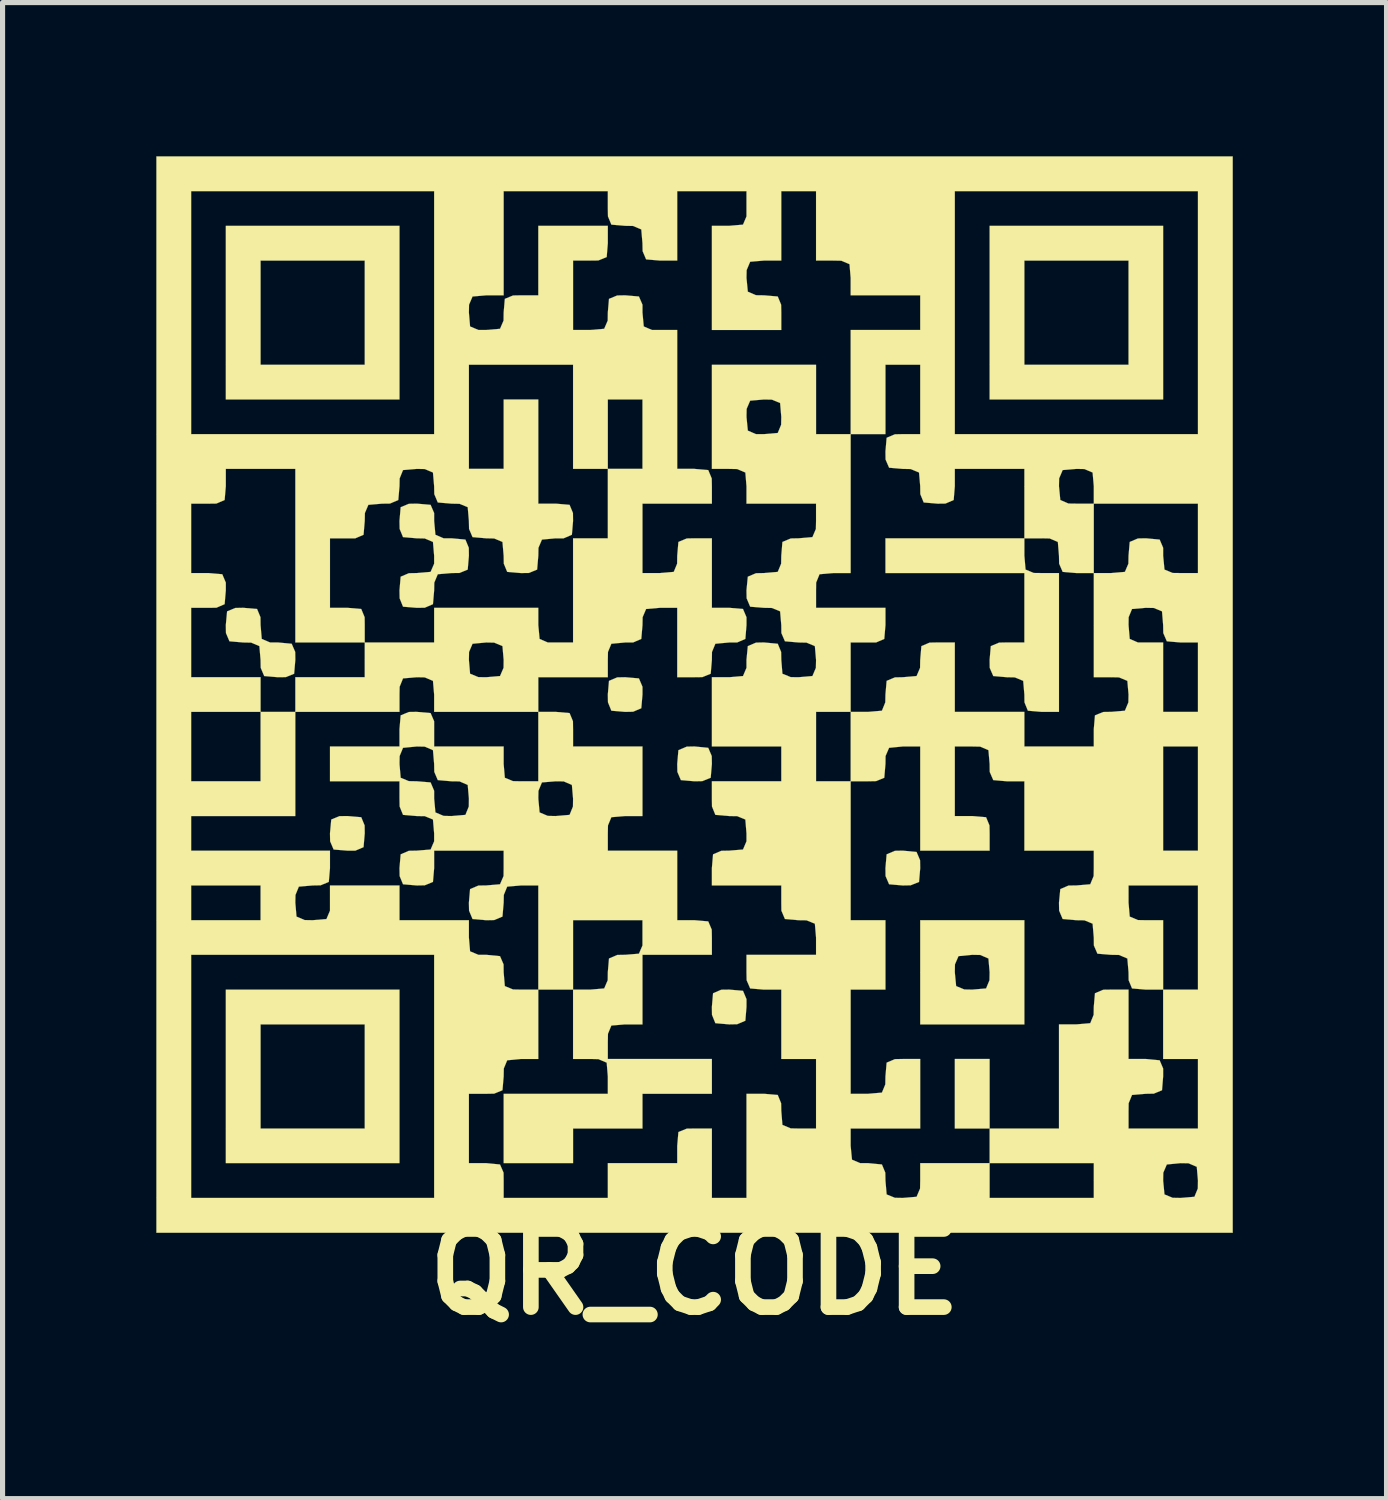
<source format=kicad_pcb>
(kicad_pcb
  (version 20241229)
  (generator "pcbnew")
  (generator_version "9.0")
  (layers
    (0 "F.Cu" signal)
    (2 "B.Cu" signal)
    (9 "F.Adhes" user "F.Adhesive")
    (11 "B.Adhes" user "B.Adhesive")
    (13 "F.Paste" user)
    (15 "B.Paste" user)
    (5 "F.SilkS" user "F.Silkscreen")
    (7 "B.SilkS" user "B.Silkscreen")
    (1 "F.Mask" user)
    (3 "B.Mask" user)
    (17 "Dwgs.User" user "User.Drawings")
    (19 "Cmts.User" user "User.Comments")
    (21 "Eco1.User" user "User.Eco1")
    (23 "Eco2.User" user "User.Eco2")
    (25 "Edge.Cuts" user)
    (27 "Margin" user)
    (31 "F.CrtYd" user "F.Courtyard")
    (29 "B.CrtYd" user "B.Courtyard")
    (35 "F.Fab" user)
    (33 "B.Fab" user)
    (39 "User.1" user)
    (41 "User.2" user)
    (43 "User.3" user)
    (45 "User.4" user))
  (footprint "QR_CODE"
    (layer "F.Cu")
    (at 10.499 10.499)
    (property "Reference" "QR_CODE" (at 0 11.26 0) (layer "F.SilkS") (effects (font (size 1.524 1.524) (thickness 0.305))))
    (attr through_hole)
    (fp_poly (pts (xy 5.756 8.466) (xy 5.756 7.109) (xy 5.077 7.109) (xy 5.077 8.466) (xy 5.756 8.466)) (stroke (width 0.003) (type solid)) (fill yes) (layer "F.SilkS"))
    (fp_poly (pts (xy -5.756 -5.756) (xy -5.756 -9.144) (xy -9.144 -9.144) (xy -9.144 -5.756) (xy -8.466 -5.756) (xy -8.466 -6.434) (xy -8.466 -8.466) (xy -6.434 -8.466) (xy -6.434 -6.434) (xy -8.466 -6.434) (xy -8.466 -5.756) (xy -5.756 -5.756)) (stroke (width 0.003) (type solid)) (fill yes) (layer "F.SilkS"))
    (fp_poly (pts (xy -5.756 9.141) (xy -5.756 5.756) (xy -9.144 5.756) (xy -9.144 9.141) (xy -8.466 9.141) (xy -8.466 8.466) (xy -8.466 6.434) (xy -6.434 6.434) (xy -6.434 8.466) (xy -8.466 8.466) (xy -8.466 9.141) (xy -5.756 9.141)) (stroke (width 0.003) (type solid)) (fill yes) (layer "F.SilkS"))
    (fp_poly (pts (xy 9.141 -5.756) (xy 9.141 -9.144) (xy 5.756 -9.144) (xy 5.756 -5.756) (xy 6.434 -5.756) (xy 6.434 -6.434) (xy 6.434 -8.466) (xy 8.466 -8.466) (xy 8.466 -6.434) (xy 6.434 -6.434) (xy 6.434 -5.756) (xy 9.141 -5.756)) (stroke (width 0.003) (type solid)) (fill yes) (layer "F.SilkS"))
    (fp_poly (pts (xy -6.772 3.045) (xy -6.617 3.045) (xy -6.457 2.977) (xy -6.434 2.708) (xy -6.436 2.553) (xy -6.502 2.393) (xy -6.772 2.37) (xy -6.927 2.372) (xy -7.087 2.438) (xy -7.112 2.708) (xy -7.109 2.863) (xy -7.041 3.023) (xy -6.772 3.045)) (stroke (width 0.003) (type solid)) (fill yes) (layer "F.SilkS"))
    (fp_poly (pts (xy -1.354 0.338) (xy -1.199 0.335) (xy -1.039 0.267) (xy -1.016 0) (xy -1.016 -0.152) (xy -1.085 -0.315) (xy -1.354 -0.338) (xy -1.509 -0.335) (xy -1.669 -0.267) (xy -1.692 0) (xy -1.689 0.152) (xy -1.623 0.315) (xy -1.354 0.338)) (stroke (width 0.003) (type solid)) (fill yes) (layer "F.SilkS"))
    (fp_poly (pts (xy 0 1.692) (xy 0.152 1.689) (xy 0.315 1.623) (xy 0.338 1.354) (xy 0.335 1.199) (xy 0.267 1.039) (xy 0 1.013) (xy -0.152 1.016) (xy -0.315 1.085) (xy -0.338 1.354) (xy -0.335 1.509) (xy -0.267 1.669) (xy 0 1.692)) (stroke (width 0.003) (type solid)) (fill yes) (layer "F.SilkS"))
    (fp_poly (pts (xy 0.676 6.434) (xy 0.831 6.431) (xy 0.991 6.363) (xy 1.013 6.093) (xy 1.013 5.941) (xy 0.945 5.779) (xy 0.676 5.756) (xy 0.521 5.758) (xy 0.361 5.827) (xy 0.338 6.093) (xy 0.34 6.248) (xy 0.406 6.411) (xy 0.676 6.434)) (stroke (width 0.003) (type solid)) (fill yes) (layer "F.SilkS"))
    (fp_poly (pts (xy 4.061 3.724) (xy 4.216 3.721) (xy 4.379 3.655) (xy 4.402 3.386) (xy 4.399 3.231) (xy 4.331 3.071) (xy 4.061 3.045) (xy 3.909 3.048) (xy 3.747 3.117) (xy 3.724 3.386) (xy 3.726 3.541) (xy 3.795 3.701) (xy 4.061 3.724)) (stroke (width 0.003) (type solid)) (fill yes) (layer "F.SilkS"))
    (fp_poly (pts (xy 6.434 6.434) (xy 6.434 4.402) (xy 4.402 4.402) (xy 4.402 6.434) (xy 5.418 6.434) (xy 5.418 5.756) (xy 5.263 5.753) (xy 5.103 5.687) (xy 5.077 5.418) (xy 5.08 5.263) (xy 5.149 5.103) (xy 5.418 5.077) (xy 5.573 5.08) (xy 5.733 5.149) (xy 5.756 5.418) (xy 5.753 5.573) (xy 5.687 5.733) (xy 5.418 5.756) (xy 5.418 6.434) (xy 6.434 6.434)) (stroke (width 0.003) (type solid)) (fill yes) (layer "F.SilkS"))
    (fp_poly (pts (xy -8.128 -0.338) (xy -7.973 -0.34) (xy -7.811 -0.406) (xy -7.788 -0.676) (xy -7.79 -0.831) (xy -7.859 -0.991) (xy -8.128 -1.016) (xy -8.28 -1.016) (xy -8.443 -1.085) (xy -8.466 -1.354) (xy -8.468 -1.509) (xy -8.534 -1.669) (xy -8.804 -1.692) (xy -8.959 -1.689) (xy -9.119 -1.623) (xy -9.144 -1.354) (xy -9.141 -1.199) (xy -9.073 -1.039) (xy -8.804 -1.016) (xy -8.649 -1.013) (xy -8.489 -0.945) (xy -8.466 -0.676) (xy -8.463 -0.521) (xy -8.395 -0.361) (xy -8.128 -0.338)) (stroke (width 0.003) (type solid)) (fill yes) (layer "F.SilkS"))
    (fp_poly (pts (xy 7.109 0.338) (xy 7.109 -2.37) (xy 6.772 -2.37) (xy 6.617 -2.372) (xy 6.457 -2.438) (xy 6.434 -2.708) (xy 6.434 -3.048) (xy 3.724 -3.048) (xy 3.724 -2.37) (xy 6.434 -2.37) (xy 6.434 -1.016) (xy 6.093 -1.016) (xy 5.941 -1.013) (xy 5.779 -0.945) (xy 5.756 -0.676) (xy 5.758 -0.521) (xy 5.827 -0.361) (xy 6.093 -0.338) (xy 6.248 -0.335) (xy 6.411 -0.267) (xy 6.434 0) (xy 6.436 0.152) (xy 6.502 0.315) (xy 6.772 0.338) (xy 7.109 0.338)) (stroke (width 0.003) (type solid)) (fill yes) (layer "F.SilkS"))
    (fp_poly (pts (xy -5.418 -1.692) (xy -5.263 -1.694) (xy -5.103 -1.763) (xy -5.08 -2.032) (xy -5.077 -2.184) (xy -5.009 -2.347) (xy -4.74 -2.37) (xy -4.585 -2.372) (xy -4.425 -2.438) (xy -4.402 -2.708) (xy -4.404 -2.863) (xy -4.47 -3.023) (xy -4.74 -3.048) (xy -4.895 -3.048) (xy -5.055 -3.117) (xy -5.08 -3.386) (xy -5.08 -3.541) (xy -5.149 -3.701) (xy -5.418 -3.724) (xy -5.573 -3.721) (xy -5.733 -3.655) (xy -5.756 -3.386) (xy -5.753 -3.231) (xy -5.687 -3.071) (xy -5.418 -3.048) (xy -5.263 -3.045) (xy -5.103 -2.977) (xy -5.08 -2.708) (xy -5.08 -2.553) (xy -5.149 -2.393) (xy -5.418 -2.37) (xy -5.573 -2.367) (xy -5.733 -2.299) (xy -5.756 -2.032) (xy -5.753 -1.877) (xy -5.687 -1.714) (xy -5.418 -1.692)) (stroke (width 0.003) (type solid)) (fill yes) (layer "F.SilkS"))
    (fp_poly (pts (xy -2.37 9.141) (xy -2.37 8.466) (xy -1.016 8.466) (xy -1.016 7.788) (xy 0.338 7.788) (xy 0.338 7.109) (xy -1.692 7.109) (xy -1.692 6.772) (xy -1.689 6.617) (xy -1.623 6.457) (xy -1.354 6.434) (xy -1.016 6.434) (xy -1.016 5.077) (xy 0.338 5.077) (xy 0.338 4.74) (xy 0.335 4.585) (xy 0.267 4.425) (xy 0 4.402) (xy -0.338 4.402) (xy -0.338 3.045) (xy -1.692 3.045) (xy -1.692 2.708) (xy -1.689 2.553) (xy -1.623 2.393) (xy -1.354 2.37) (xy -1.016 2.37) (xy -1.016 1.013) (xy -2.37 1.013) (xy -2.37 0.676) (xy -2.372 0.521) (xy -2.438 0.361) (xy -2.708 0.338) (xy -3.048 0.338) (xy -3.048 1.692) (xy -3.386 1.692) (xy -3.541 1.689) (xy -3.701 1.623) (xy -3.724 1.354) (xy -3.724 1.013) (xy -5.08 1.013) (xy -5.08 0.676) (xy -5.08 0.521) (xy -5.149 0.361) (xy -5.418 0.338) (xy -5.573 0.34) (xy -5.733 0.406) (xy -5.756 0.676) (xy -5.756 1.013) (xy -7.112 1.013) (xy -7.112 1.692) (xy -5.756 1.692) (xy -5.756 2.029) (xy -5.753 2.184) (xy -5.687 2.347) (xy -5.418 2.37) (xy -5.263 2.372) (xy -5.103 2.438) (xy -5.08 2.708) (xy -5.08 2.863) (xy -5.149 3.023) (xy -5.418 3.045) (xy -5.573 3.048) (xy -5.733 3.117) (xy -5.756 3.386) (xy -5.753 3.541) (xy -5.687 3.701) (xy -5.418 3.724) (xy -5.263 3.721) (xy -5.103 3.655) (xy -5.08 3.386) (xy -5.08 3.045) (xy -4.74 3.045) (xy -4.74 2.37) (xy -4.895 2.367) (xy -5.055 2.299) (xy -5.08 2.029) (xy -5.08 1.877) (xy -5.149 1.714) (xy -5.418 1.692) (xy -5.573 1.689) (xy -5.733 1.623) (xy -5.756 1.354) (xy -5.753 1.199) (xy -5.687 1.039) (xy -5.418 1.013) (xy -5.263 1.016) (xy -5.103 1.085) (xy -5.08 1.354) (xy -5.077 1.509) (xy -5.009 1.669) (xy -4.74 1.692) (xy -4.585 1.694) (xy -4.425 1.763) (xy -4.402 2.029) (xy -4.404 2.184) (xy -4.47 2.347) (xy -4.74 2.37) (xy -4.74 3.045) (xy -3.724 3.045) (xy -3.724 3.386) (xy -3.726 3.541) (xy -3.795 3.701) (xy -4.064 3.724) (xy -4.216 3.726) (xy -4.379 3.795) (xy -4.402 4.061) (xy -4.399 4.216) (xy -4.331 4.379) (xy -4.064 4.402) (xy -3.909 4.399) (xy -3.747 4.331) (xy -3.724 4.061) (xy -3.721 3.909) (xy -3.655 3.747) (xy -3.386 3.724) (xy -3.048 3.724) (xy -3.048 5.756) (xy -2.708 5.756) (xy -2.708 2.37) (xy -2.863 2.367) (xy -3.023 2.299) (xy -3.048 2.029) (xy -3.045 1.877) (xy -2.977 1.714) (xy -2.708 1.692) (xy -2.553 1.694) (xy -2.393 1.763) (xy -2.37 2.029) (xy -2.372 2.184) (xy -2.438 2.347) (xy -2.708 2.37) (xy -2.708 5.756) (xy -2.37 5.756) (xy -2.37 7.109) (xy -2.37 5.756) (xy -2.37 4.402) (xy -1.016 4.402) (xy -1.016 4.74) (xy -1.016 4.895) (xy -1.085 5.055) (xy -1.354 5.077) (xy -1.509 5.08) (xy -1.669 5.149) (xy -1.692 5.418) (xy -1.694 5.573) (xy -1.763 5.733) (xy -2.032 5.756) (xy -2.37 5.756) (xy -2.37 7.109) (xy -2.032 7.109) (xy -1.877 7.112) (xy -1.714 7.181) (xy -1.692 7.45) (xy -1.692 7.788) (xy -3.724 7.788) (xy -3.724 9.141) (xy -2.37 9.141)) (stroke (width 0.003) (type solid)) (fill yes) (layer "F.SilkS"))
    (fp_poly (pts (xy 10.498 10.498) (xy 10.498 -10.498) (xy -10.498 -10.498) (xy -10.498 10.498) (xy -9.82 10.498) (xy -9.82 9.82) (xy -9.82 5.077) (xy -9.82 4.402) (xy -9.82 3.724) (xy -8.466 3.724) (xy -8.466 4.402) (xy -9.82 4.402) (xy -9.82 5.077) (xy -5.08 5.077) (xy -5.08 9.82) (xy -9.82 9.82) (xy -9.82 10.498) (xy 5.756 10.498) (xy 5.756 9.82) (xy 5.756 9.141) (xy 4.402 9.141) (xy 4.402 9.482) (xy 4.399 9.637) (xy 4.331 9.797) (xy 4.061 9.82) (xy 3.909 9.817) (xy 3.747 9.751) (xy 3.724 9.482) (xy 3.721 9.327) (xy 3.655 9.167) (xy 3.386 9.141) (xy 3.231 9.141) (xy 3.071 9.073) (xy 3.045 8.804) (xy 3.045 8.466) (xy 4.402 8.466) (xy 4.402 7.109) (xy 4.061 7.109) (xy 3.909 7.112) (xy 3.747 7.181) (xy 3.724 7.45) (xy 3.721 7.605) (xy 3.655 7.765) (xy 3.386 7.788) (xy 3.045 7.788) (xy 3.045 5.756) (xy 3.724 5.756) (xy 3.724 4.402) (xy 3.045 4.402) (xy 3.045 1.692) (xy 2.37 1.692) (xy 2.37 0.338) (xy 3.045 0.338) (xy 3.045 -1.016) (xy 3.386 -1.016) (xy 3.541 -1.016) (xy 3.701 -1.085) (xy 3.724 -1.354) (xy 3.724 -1.692) (xy 2.37 -1.692) (xy 2.37 -2.032) (xy 2.372 -2.184) (xy 2.438 -2.347) (xy 2.708 -2.37) (xy 3.045 -2.37) (xy 3.045 -5.08) (xy 2.37 -5.08) (xy 2.37 -6.434) (xy 0.338 -6.434) (xy 0.338 -4.402) (xy 0.676 -4.402) (xy 0.831 -4.399) (xy 0.991 -4.331) (xy 1.013 -4.064) (xy 1.013 -3.724) (xy 1.354 -3.724) (xy 1.354 -5.08) (xy 1.199 -5.08) (xy 1.039 -5.149) (xy 1.013 -5.418) (xy 1.016 -5.573) (xy 1.085 -5.733) (xy 1.354 -5.756) (xy 1.509 -5.753) (xy 1.669 -5.687) (xy 1.692 -5.418) (xy 1.689 -5.263) (xy 1.623 -5.103) (xy 1.354 -5.08) (xy 1.354 -3.724) (xy 2.37 -3.724) (xy 2.37 -3.386) (xy 2.367 -3.231) (xy 2.299 -3.071) (xy 2.029 -3.048) (xy 1.877 -3.045) (xy 1.714 -2.977) (xy 1.692 -2.708) (xy 1.689 -2.553) (xy 1.623 -2.393) (xy 1.354 -2.37) (xy 1.199 -2.367) (xy 1.039 -2.299) (xy 1.013 -2.032) (xy 1.016 -1.877) (xy 1.085 -1.714) (xy 1.354 -1.692) (xy 1.509 -1.689) (xy 1.669 -1.623) (xy 1.692 -1.354) (xy 1.694 -1.199) (xy 1.763 -1.039) (xy 2.029 -1.016) (xy 2.184 -1.013) (xy 2.347 -0.945) (xy 2.37 -0.676) (xy 2.367 -0.521) (xy 2.299 -0.361) (xy 2.029 -0.338) (xy 1.877 -0.34) (xy 1.714 -0.406) (xy 1.692 -0.676) (xy 1.689 -0.831) (xy 1.623 -0.991) (xy 1.354 -1.016) (xy 1.199 -1.013) (xy 1.039 -0.945) (xy 1.013 -0.676) (xy 1.013 -0.521) (xy 0.945 -0.361) (xy 0.676 -0.338) (xy 0.338 -0.338) (xy 0.338 1.013) (xy 1.692 1.013) (xy 1.692 1.692) (xy 0.338 1.692) (xy 0.338 2.029) (xy 0.34 2.184) (xy 0.406 2.347) (xy 0.676 2.37) (xy 0.831 2.372) (xy 0.991 2.438) (xy 1.013 2.708) (xy 1.013 2.863) (xy 0.945 3.023) (xy 0.676 3.045) (xy 0.521 3.048) (xy 0.361 3.117) (xy 0.338 3.386) (xy 0.338 3.724) (xy 1.692 3.724) (xy 1.692 4.061) (xy 1.694 4.216) (xy 1.763 4.379) (xy 2.029 4.402) (xy 2.184 4.404) (xy 2.347 4.47) (xy 2.37 4.74) (xy 2.37 5.077) (xy 1.013 5.077) (xy 1.013 5.418) (xy 1.016 5.573) (xy 1.085 5.733) (xy 1.354 5.756) (xy 1.692 5.756) (xy 1.692 7.109) (xy 2.37 7.109) (xy 2.37 8.466) (xy 2.029 8.466) (xy 1.877 8.463) (xy 1.714 8.395) (xy 1.692 8.125) (xy 1.689 7.973) (xy 1.623 7.811) (xy 1.354 7.788) (xy 1.013 7.788) (xy 1.013 9.82) (xy 0.338 9.82) (xy 0.338 8.466) (xy 0 8.466) (xy -0.152 8.468) (xy -0.315 8.534) (xy -0.338 8.804) (xy -0.338 9.141) (xy -1.692 9.141) (xy -1.692 9.82) (xy -3.724 9.82) (xy -3.724 9.482) (xy -3.726 9.327) (xy -3.795 9.167) (xy -4.064 9.141) (xy -4.402 9.141) (xy -4.402 7.788) (xy -4.064 7.788) (xy -3.909 7.785) (xy -3.747 7.719) (xy -3.724 7.45) (xy -3.721 7.295) (xy -3.655 7.135) (xy -3.386 7.109) (xy -3.048 7.109) (xy -3.048 5.756) (xy -3.386 5.756) (xy -3.541 5.753) (xy -3.701 5.687) (xy -3.724 5.418) (xy -3.726 5.263) (xy -3.795 5.103) (xy -4.064 5.077) (xy -4.216 5.077) (xy -4.379 5.009) (xy -4.402 4.74) (xy -4.402 4.402) (xy -5.756 4.402) (xy -5.756 3.724) (xy -7.112 3.724) (xy -7.112 4.061) (xy -7.112 4.216) (xy -7.181 4.379) (xy -7.45 4.402) (xy -7.605 4.399) (xy -7.765 4.331) (xy -7.788 4.061) (xy -7.785 3.909) (xy -7.719 3.747) (xy -7.45 3.724) (xy -7.295 3.721) (xy -7.135 3.655) (xy -7.112 3.386) (xy -7.112 3.045) (xy -9.82 3.045) (xy -9.82 2.37) (xy -7.788 2.37) (xy -7.788 0.338) (xy -8.466 0.338) (xy -8.466 1.692) (xy -9.82 1.692) (xy -9.82 0.338) (xy -8.466 0.338) (xy -8.466 -0.338) (xy -9.82 -0.338) (xy -9.82 -1.692) (xy -9.482 -1.692) (xy -9.327 -1.694) (xy -9.167 -1.763) (xy -9.144 -2.032) (xy -9.144 -2.184) (xy -9.213 -2.347) (xy -9.482 -2.37) (xy -9.82 -2.37) (xy -9.82 -3.724) (xy -9.82 -5.08) (xy -9.82 -9.82) (xy -5.08 -9.82) (xy -5.08 -5.08) (xy -9.82 -5.08) (xy -9.82 -3.724) (xy -9.482 -3.724) (xy -9.327 -3.726) (xy -9.167 -3.795) (xy -9.144 -4.064) (xy -9.144 -4.402) (xy -7.788 -4.402) (xy -7.788 -1.016) (xy -6.434 -1.016) (xy -6.434 -1.354) (xy -6.436 -1.509) (xy -6.502 -1.669) (xy -6.772 -1.692) (xy -7.112 -1.692) (xy -7.112 -3.048) (xy -6.772 -3.048) (xy -6.617 -3.048) (xy -6.457 -3.117) (xy -6.434 -3.386) (xy -6.431 -3.541) (xy -6.363 -3.701) (xy -6.096 -3.724) (xy -5.941 -3.726) (xy -5.779 -3.795) (xy -5.756 -4.064) (xy -5.753 -4.216) (xy -5.687 -4.379) (xy -5.418 -4.402) (xy -5.263 -4.399) (xy -5.103 -4.331) (xy -5.08 -4.064) (xy -5.077 -3.909) (xy -5.009 -3.747) (xy -4.74 -3.724) (xy -4.585 -3.721) (xy -4.425 -3.655) (xy -4.402 -3.386) (xy -4.399 -3.231) (xy -4.331 -3.071) (xy -4.064 -3.048) (xy -3.909 -3.045) (xy -3.747 -2.977) (xy -3.724 -2.708) (xy -3.721 -2.553) (xy -3.655 -2.393) (xy -3.386 -2.37) (xy -3.231 -2.372) (xy -3.071 -2.438) (xy -3.048 -2.708) (xy -3.045 -2.863) (xy -2.977 -3.023) (xy -2.708 -3.048) (xy -2.553 -3.048) (xy -2.393 -3.117) (xy -2.37 -3.386) (xy -2.372 -3.541) (xy -2.438 -3.701) (xy -2.708 -3.724) (xy -3.048 -3.724) (xy -3.048 -5.756) (xy -3.724 -5.756) (xy -3.724 -4.402) (xy -4.402 -4.402) (xy -4.402 -6.434) (xy -2.37 -6.434) (xy -2.37 -4.402) (xy -1.692 -4.402) (xy -1.692 -5.756) (xy -1.016 -5.756) (xy -1.016 -4.402) (xy -1.692 -4.402) (xy -1.692 -3.048) (xy -2.37 -3.048) (xy -2.37 -1.016) (xy -2.708 -1.016) (xy -2.863 -1.016) (xy -3.023 -1.085) (xy -3.048 -1.354) (xy -3.048 -1.692) (xy -5.08 -1.692) (xy -5.08 -1.016) (xy -6.434 -1.016) (xy -6.434 -0.338) (xy -7.788 -0.338) (xy -7.788 0.338) (xy -5.756 0.338) (xy -5.756 0) (xy -5.753 -0.152) (xy -5.687 -0.315) (xy -5.418 -0.338) (xy -5.263 -0.335) (xy -5.103 -0.267) (xy -5.08 0) (xy -5.08 0.338) (xy -4.064 0.338) (xy -4.064 -0.338) (xy -4.216 -0.34) (xy -4.379 -0.406) (xy -4.402 -0.676) (xy -4.399 -0.831) (xy -4.331 -0.991) (xy -4.064 -1.016) (xy -3.909 -1.013) (xy -3.747 -0.945) (xy -3.724 -0.676) (xy -3.726 -0.521) (xy -3.795 -0.361) (xy -4.064 -0.338) (xy -4.064 0.338) (xy -3.048 0.338) (xy -3.048 -0.338) (xy -1.692 -0.338) (xy -1.692 -0.676) (xy -1.689 -0.831) (xy -1.623 -0.991) (xy -1.354 -1.016) (xy -1.199 -1.016) (xy -1.039 -1.085) (xy -1.016 -1.354) (xy -1.013 -1.509) (xy -0.945 -1.669) (xy -0.676 -1.692) (xy -0.338 -1.692) (xy -0.338 -0.338) (xy 0 -0.338) (xy 0.152 -0.34) (xy 0.315 -0.406) (xy 0.338 -0.676) (xy 0.34 -0.831) (xy 0.406 -0.991) (xy 0.676 -1.016) (xy 0.831 -1.016) (xy 0.991 -1.085) (xy 1.013 -1.354) (xy 1.013 -1.509) (xy 0.945 -1.669) (xy 0.676 -1.692) (xy 0.338 -1.692) (xy 0.338 -3.048) (xy 0 -3.048) (xy -0.152 -3.045) (xy -0.315 -2.977) (xy -0.338 -2.708) (xy -0.34 -2.553) (xy -0.406 -2.393) (xy -0.676 -2.37) (xy -1.016 -2.37) (xy -1.016 -3.724) (xy 0.338 -3.724) (xy 0.338 -4.064) (xy 0.335 -4.216) (xy 0.267 -4.379) (xy 0 -4.402) (xy -0.338 -4.402) (xy -0.338 -7.112) (xy -0.676 -7.112) (xy -0.831 -7.112) (xy -0.991 -7.181) (xy -1.016 -7.45) (xy -1.016 -7.605) (xy -1.085 -7.765) (xy -1.354 -7.788) (xy -1.509 -7.785) (xy -1.669 -7.719) (xy -1.692 -7.45) (xy -1.694 -7.295) (xy -1.763 -7.135) (xy -2.032 -7.112) (xy -2.37 -7.112) (xy -2.37 -8.466) (xy -2.032 -8.466) (xy -1.877 -8.468) (xy -1.714 -8.534) (xy -1.692 -8.804) (xy -1.692 -9.144) (xy -3.048 -9.144) (xy -3.048 -7.788) (xy -3.386 -7.788) (xy -3.541 -7.785) (xy -3.701 -7.719) (xy -3.724 -7.45) (xy -3.726 -7.295) (xy -3.795 -7.135) (xy -4.064 -7.112) (xy -4.216 -7.112) (xy -4.379 -7.181) (xy -4.402 -7.45) (xy -4.399 -7.605) (xy -4.331 -7.765) (xy -4.064 -7.788) (xy -3.724 -7.788) (xy -3.724 -9.82) (xy -1.692 -9.82) (xy -1.692 -9.482) (xy -1.689 -9.327) (xy -1.623 -9.167) (xy -1.354 -9.144) (xy -1.199 -9.141) (xy -1.039 -9.073) (xy -1.016 -8.804) (xy -1.013 -8.649) (xy -0.945 -8.489) (xy -0.676 -8.466) (xy -0.338 -8.466) (xy -0.338 -9.82) (xy 1.013 -9.82) (xy 1.013 -9.482) (xy 1.013 -9.327) (xy 0.945 -9.167) (xy 0.676 -9.144) (xy 0.338 -9.144) (xy 0.338 -7.112) (xy 1.692 -7.112) (xy 1.692 -7.45) (xy 1.689 -7.605) (xy 1.623 -7.765) (xy 1.354 -7.788) (xy 1.199 -7.79) (xy 1.039 -7.859) (xy 1.013 -8.128) (xy 1.016 -8.28) (xy 1.085 -8.443) (xy 1.354 -8.466) (xy 1.692 -8.466) (xy 1.692 -9.82) (xy 2.37 -9.82) (xy 2.37 -8.466) (xy 2.708 -8.466) (xy 2.863 -8.463) (xy 3.023 -8.395) (xy 3.045 -8.128) (xy 3.045 -7.788) (xy 4.402 -7.788) (xy 4.402 -7.112) (xy 3.045 -7.112) (xy 3.045 -5.08) (xy 3.724 -5.08) (xy 3.724 -6.434) (xy 4.402 -6.434) (xy 4.402 -5.08) (xy 4.061 -5.08) (xy 3.909 -5.077) (xy 3.747 -5.009) (xy 3.724 -4.74) (xy 3.726 -4.585) (xy 3.795 -4.425) (xy 4.061 -4.402) (xy 4.216 -4.399) (xy 4.379 -4.331) (xy 4.402 -4.064) (xy 4.404 -3.909) (xy 4.47 -3.747) (xy 4.74 -3.724) (xy 4.895 -3.726) (xy 5.055 -3.795) (xy 5.077 -4.064) (xy 5.077 -4.402) (xy 5.077 -5.08) (xy 5.077 -9.82) (xy 9.82 -9.82) (xy 9.82 -5.08) (xy 5.077 -5.08) (xy 5.077 -4.402) (xy 6.434 -4.402) (xy 6.434 -3.048) (xy 6.772 -3.048) (xy 6.927 -3.045) (xy 7.087 -2.977) (xy 7.109 -2.708) (xy 7.112 -2.553) (xy 7.181 -2.393) (xy 7.45 -2.37) (xy 7.788 -2.37) (xy 7.788 -3.724) (xy 7.45 -3.724) (xy 7.295 -3.726) (xy 7.135 -3.795) (xy 7.109 -4.064) (xy 7.112 -4.216) (xy 7.181 -4.379) (xy 7.45 -4.402) (xy 7.605 -4.399) (xy 7.765 -4.331) (xy 7.788 -4.064) (xy 7.788 -3.724) (xy 9.82 -3.724) (xy 9.82 -2.37) (xy 9.482 -2.37) (xy 9.327 -2.372) (xy 9.167 -2.438) (xy 9.141 -2.708) (xy 9.141 -2.863) (xy 9.073 -3.023) (xy 8.804 -3.048) (xy 8.649 -3.045) (xy 8.489 -2.977) (xy 8.466 -2.708) (xy 8.463 -2.553) (xy 8.395 -2.393) (xy 8.125 -2.37) (xy 7.788 -2.37) (xy 7.788 -0.338) (xy 8.125 -0.338) (xy 8.28 -0.335) (xy 8.443 -0.267) (xy 8.466 0) (xy 8.463 0.152) (xy 8.395 0.315) (xy 8.125 0.338) (xy 7.973 0.34) (xy 7.811 0.406) (xy 7.788 0.676) (xy 7.788 1.013) (xy 6.434 1.013) (xy 6.434 0.338) (xy 5.077 0.338) (xy 5.077 -1.016) (xy 4.74 -1.016) (xy 4.585 -1.013) (xy 4.425 -0.945) (xy 4.402 -0.676) (xy 4.399 -0.521) (xy 4.331 -0.361) (xy 4.061 -0.338) (xy 3.909 -0.335) (xy 3.747 -0.267) (xy 3.724 0) (xy 3.721 0.152) (xy 3.655 0.315) (xy 3.386 0.338) (xy 3.045 0.338) (xy 3.045 1.692) (xy 3.386 1.692) (xy 3.541 1.689) (xy 3.701 1.623) (xy 3.724 1.354) (xy 3.726 1.199) (xy 3.795 1.039) (xy 4.061 1.013) (xy 4.402 1.013) (xy 4.402 3.045) (xy 5.756 3.045) (xy 5.756 2.708) (xy 5.753 2.553) (xy 5.687 2.393) (xy 5.418 2.37) (xy 5.077 2.37) (xy 5.077 1.013) (xy 5.418 1.013) (xy 5.573 1.016) (xy 5.733 1.085) (xy 5.756 1.354) (xy 5.758 1.509) (xy 5.827 1.669) (xy 6.093 1.692) (xy 6.434 1.692) (xy 6.434 3.045) (xy 7.788 3.045) (xy 7.788 3.386) (xy 7.785 3.541) (xy 7.719 3.701) (xy 7.45 3.724) (xy 7.295 3.726) (xy 7.135 3.795) (xy 7.109 4.061) (xy 7.112 4.216) (xy 7.181 4.379) (xy 7.45 4.402) (xy 7.605 4.404) (xy 7.765 4.47) (xy 7.788 4.74) (xy 7.79 4.895) (xy 7.859 5.055) (xy 8.125 5.077) (xy 8.28 5.08) (xy 8.443 5.149) (xy 8.466 5.418) (xy 8.468 5.573) (xy 8.534 5.733) (xy 8.804 5.756) (xy 9.141 5.756) (xy 9.141 4.402) (xy 8.804 4.402) (xy 8.649 4.399) (xy 8.489 4.331) (xy 8.466 4.061) (xy 8.466 3.724) (xy 9.141 3.724) (xy 9.141 3.045) (xy 9.141 1.013) (xy 9.141 0.338) (xy 9.141 -1.016) (xy 8.804 -1.016) (xy 8.649 -1.016) (xy 8.489 -1.085) (xy 8.466 -1.354) (xy 8.468 -1.509) (xy 8.534 -1.669) (xy 8.804 -1.692) (xy 8.959 -1.689) (xy 9.119 -1.623) (xy 9.141 -1.354) (xy 9.144 -1.199) (xy 9.213 -1.039) (xy 9.482 -1.016) (xy 9.82 -1.016) (xy 9.82 0.338) (xy 9.141 0.338) (xy 9.141 1.013) (xy 9.82 1.013) (xy 9.82 3.045) (xy 9.141 3.045) (xy 9.141 3.724) (xy 9.82 3.724) (xy 9.82 5.756) (xy 9.141 5.756) (xy 9.141 7.109) (xy 9.82 7.109) (xy 9.82 8.466) (xy 8.466 8.466) (xy 8.466 8.125) (xy 8.468 7.973) (xy 8.534 7.811) (xy 8.804 7.788) (xy 8.959 7.785) (xy 9.119 7.719) (xy 9.141 7.45) (xy 9.141 7.295) (xy 9.073 7.135) (xy 8.804 7.109) (xy 8.466 7.109) (xy 8.466 5.756) (xy 8.125 5.756) (xy 7.973 5.758) (xy 7.811 5.827) (xy 7.788 6.093) (xy 7.785 6.248) (xy 7.719 6.411) (xy 7.45 6.434) (xy 7.109 6.434) (xy 7.109 8.466) (xy 5.756 8.466) (xy 5.756 9.141) (xy 7.788 9.141) (xy 7.788 9.82) (xy 5.756 9.82) (xy 5.756 10.498) (xy 9.482 10.498) (xy 9.482 9.82) (xy 9.327 9.817) (xy 9.167 9.751) (xy 9.141 9.482) (xy 9.144 9.327) (xy 9.213 9.167) (xy 9.482 9.141) (xy 9.637 9.144) (xy 9.797 9.213) (xy 9.82 9.482) (xy 9.817 9.637) (xy 9.751 9.797) (xy 9.482 9.82) (xy 9.482 10.498) (xy 10.498 10.498)) (stroke (width 0.003) (type solid)) (fill yes) (layer "F.SilkS")))
  (gr_rect
    (start -3 -3)
    (end 23.998 26.185)
    (stroke (width 0.1) (type default))
    (fill no)
    (layer "Edge.Cuts")))
</source>
